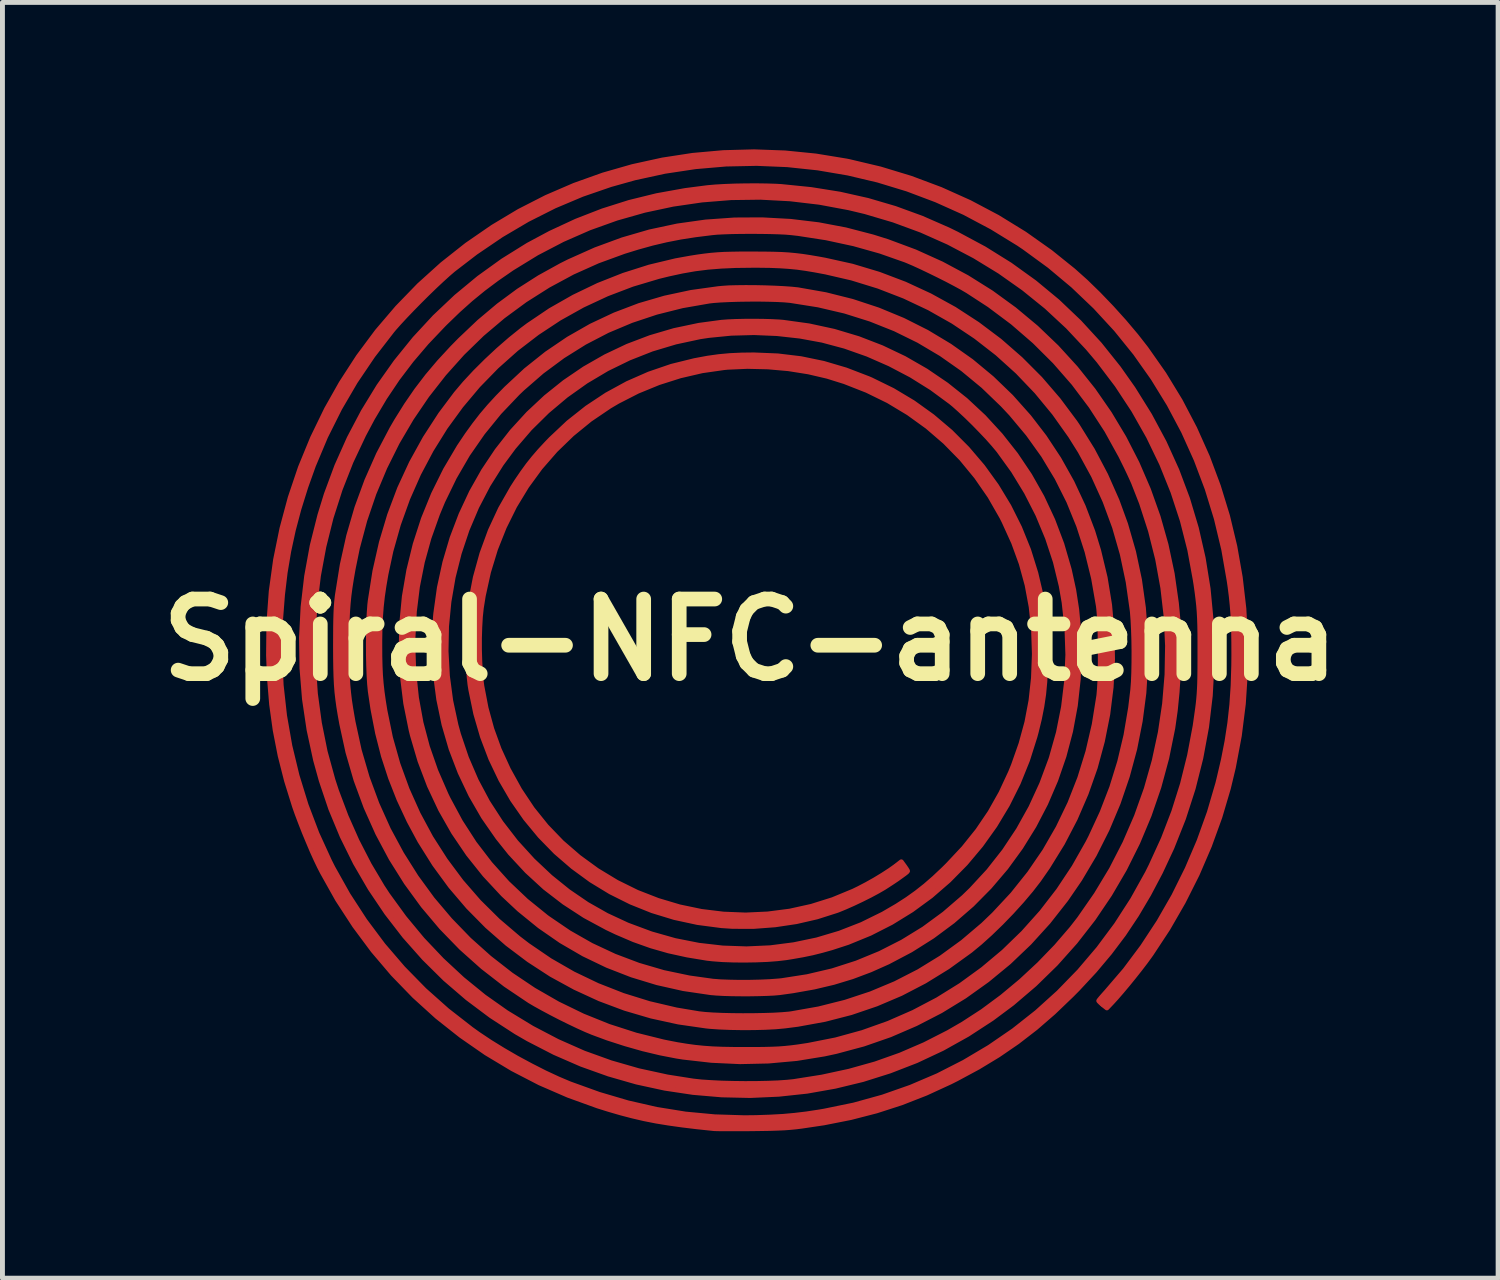
<source format=kicad_pcb>
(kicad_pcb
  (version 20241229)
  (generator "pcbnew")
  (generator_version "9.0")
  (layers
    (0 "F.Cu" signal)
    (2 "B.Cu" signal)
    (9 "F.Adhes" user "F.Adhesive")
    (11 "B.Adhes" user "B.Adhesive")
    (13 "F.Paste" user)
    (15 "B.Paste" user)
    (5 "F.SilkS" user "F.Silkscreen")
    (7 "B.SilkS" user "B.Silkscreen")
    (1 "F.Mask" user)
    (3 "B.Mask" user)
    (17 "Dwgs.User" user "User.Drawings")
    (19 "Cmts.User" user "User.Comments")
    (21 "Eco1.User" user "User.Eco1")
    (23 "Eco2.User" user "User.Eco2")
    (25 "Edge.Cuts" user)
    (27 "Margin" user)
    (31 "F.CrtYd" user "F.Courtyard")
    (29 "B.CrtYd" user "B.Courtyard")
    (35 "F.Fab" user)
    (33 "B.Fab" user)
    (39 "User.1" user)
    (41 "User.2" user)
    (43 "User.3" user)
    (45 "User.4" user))
  (footprint "Spiral-NFC-antenna"
    (layer "F.Cu")
    (at 12.272 10.018)
    (property "Reference" "Spiral-NFC-antenna" (at 0 0 0) (layer "F.SilkS") (effects (font (size 1.524 1.524) (thickness 0.3))))
    (attr through_hole)
    (fp_poly (pts (xy 10.115 0.006) (xy 10.111 0.655) (xy 10.069 1.306) (xy 9.987 1.957) (xy 9.865 2.606) (xy 9.763 3.031) (xy 9.589 3.619) (xy 9.376 4.206) (xy 9.127 4.785) (xy 8.843 5.35) (xy 8.529 5.895) (xy 8.186 6.416) (xy 8.158 6.455) (xy 8.064 6.584) (xy 7.952 6.73) (xy 7.83 6.884) (xy 7.704 7.039) (xy 7.582 7.184) (xy 7.471 7.312) (xy 7.39 7.401) (xy 7.282 7.515) (xy 7.199 7.449) (xy 7.152 7.408) (xy 7.122 7.378) (xy 7.116 7.37) (xy 7.13 7.35) (xy 7.166 7.307) (xy 7.219 7.246) (xy 7.27 7.189) (xy 7.653 6.743) (xy 8.011 6.264) (xy 8.344 5.757) (xy 8.649 5.226) (xy 8.923 4.673) (xy 9.166 4.104) (xy 9.375 3.522) (xy 9.548 2.93) (xy 9.569 2.844) (xy 9.662 2.447) (xy 9.736 2.068) (xy 9.793 1.696) (xy 9.834 1.322) (xy 9.86 0.934) (xy 9.873 0.521) (xy 9.875 0.304) (xy 9.874 0.054) (xy 9.871 -0.163) (xy 9.865 -0.357) (xy 9.855 -0.536) (xy 9.841 -0.71) (xy 9.823 -0.887) (xy 9.799 -1.077) (xy 9.78 -1.207) (xy 9.668 -1.849) (xy 9.518 -2.476) (xy 9.33 -3.087) (xy 9.106 -3.681) (xy 8.847 -4.256) (xy 8.552 -4.812) (xy 8.224 -5.345) (xy 7.863 -5.856) (xy 7.47 -6.342) (xy 7.046 -6.802) (xy 6.592 -7.235) (xy 6.108 -7.64) (xy 5.596 -8.014) (xy 5.479 -8.093) (xy 4.934 -8.428) (xy 4.373 -8.726) (xy 3.796 -8.985) (xy 3.207 -9.207) (xy 2.606 -9.39) (xy 1.997 -9.534) (xy 1.38 -9.639) (xy 0.757 -9.705) (xy 0.132 -9.731) (xy -0.495 -9.718) (xy -1.121 -9.664) (xy -1.745 -9.57) (xy -2.365 -9.435) (xy -2.854 -9.298) (xy -3.434 -9.098) (xy -3.998 -8.86) (xy -4.548 -8.583) (xy -5.084 -8.267) (xy -5.607 -7.912) (xy -6.064 -7.561) (xy -6.169 -7.471) (xy -6.296 -7.356) (xy -6.439 -7.222) (xy -6.591 -7.075) (xy -6.746 -6.921) (xy -6.898 -6.766) (xy -7.041 -6.617) (xy -7.168 -6.48) (xy -7.274 -6.361) (xy -7.309 -6.319) (xy -7.705 -5.807) (xy -8.064 -5.276) (xy -8.386 -4.725) (xy -8.672 -4.153) (xy -8.921 -3.561) (xy -9.078 -3.122) (xy -9.218 -2.674) (xy -9.333 -2.24) (xy -9.426 -1.81) (xy -9.499 -1.374) (xy -9.553 -0.921) (xy -9.59 -0.442) (xy -9.597 -0.32) (xy -9.609 0.301) (xy -9.58 0.924) (xy -9.511 1.546) (xy -9.403 2.163) (xy -9.256 2.772) (xy -9.072 3.369) (xy -8.851 3.951) (xy -8.593 4.515) (xy -8.525 4.65) (xy -8.215 5.203) (xy -7.872 5.731) (xy -7.498 6.232) (xy -7.092 6.705) (xy -6.656 7.15) (xy -6.19 7.565) (xy -5.696 7.95) (xy -5.552 8.053) (xy -5.312 8.213) (xy -5.046 8.377) (xy -4.765 8.54) (xy -4.477 8.695) (xy -4.194 8.839) (xy -3.923 8.965) (xy -3.684 9.066) (xy -3.09 9.28) (xy -2.5 9.454) (xy -1.913 9.588) (xy -1.323 9.683) (xy -0.727 9.739) (xy -0.121 9.758) (xy 0.124 9.755) (xy 0.408 9.745) (xy 0.665 9.731) (xy 0.907 9.709) (xy 1.15 9.68) (xy 1.406 9.641) (xy 1.511 9.623) (xy 2.114 9.499) (xy 2.702 9.336) (xy 3.275 9.135) (xy 3.83 8.898) (xy 4.367 8.624) (xy 4.884 8.317) (xy 5.379 7.977) (xy 5.851 7.604) (xy 6.298 7.2) (xy 6.719 6.767) (xy 7.112 6.305) (xy 7.476 5.816) (xy 7.809 5.3) (xy 8.11 4.759) (xy 8.185 4.608) (xy 8.435 4.061) (xy 8.648 3.507) (xy 8.826 2.942) (xy 8.971 2.359) (xy 9.085 1.755) (xy 9.135 1.402) (xy 9.148 1.298) (xy 9.158 1.2) (xy 9.166 1.103) (xy 9.172 1) (xy 9.177 0.884) (xy 9.18 0.75) (xy 9.182 0.59) (xy 9.183 0.398) (xy 9.183 0.273) (xy 9.183 0.05) (xy 9.182 -0.139) (xy 9.179 -0.301) (xy 9.174 -0.443) (xy 9.167 -0.573) (xy 9.157 -0.698) (xy 9.143 -0.825) (xy 9.126 -0.963) (xy 9.104 -1.119) (xy 9.087 -1.228) (xy 8.975 -1.838) (xy 8.823 -2.437) (xy 8.631 -3.023) (xy 8.401 -3.595) (xy 8.133 -4.151) (xy 7.829 -4.688) (xy 7.489 -5.205) (xy 7.114 -5.7) (xy 6.892 -5.963) (xy 6.486 -6.396) (xy 6.049 -6.802) (xy 5.584 -7.178) (xy 5.094 -7.524) (xy 4.58 -7.838) (xy 4.046 -8.119) (xy 3.494 -8.365) (xy 2.926 -8.574) (xy 2.345 -8.746) (xy 2.015 -8.825) (xy 1.414 -8.937) (xy 0.812 -9.008) (xy 0.209 -9.04) (xy -0.392 -9.032) (xy -0.989 -8.984) (xy -1.579 -8.898) (xy -2.16 -8.774) (xy -2.731 -8.612) (xy -3.289 -8.412) (xy -3.832 -8.174) (xy -4.358 -7.9) (xy -4.864 -7.59) (xy -4.883 -7.577) (xy -5.178 -7.373) (xy -5.449 -7.17) (xy -5.707 -6.959) (xy -5.962 -6.731) (xy -6.226 -6.476) (xy -6.266 -6.436) (xy -6.61 -6.074) (xy -6.92 -5.71) (xy -7.204 -5.336) (xy -7.467 -4.944) (xy -7.715 -4.526) (xy -7.895 -4.188) (xy -8.154 -3.639) (xy -8.376 -3.074) (xy -8.561 -2.496) (xy -8.708 -1.907) (xy -8.819 -1.31) (xy -8.891 -0.709) (xy -8.926 -0.105) (xy -8.922 0.499) (xy -8.881 1.1) (xy -8.8 1.695) (xy -8.682 2.281) (xy -8.524 2.856) (xy -8.451 3.08) (xy -8.256 3.598) (xy -8.032 4.103) (xy -7.783 4.587) (xy -7.513 5.042) (xy -7.405 5.206) (xy -7.067 5.671) (xy -6.698 6.116) (xy -6.3 6.536) (xy -5.879 6.927) (xy -5.438 7.286) (xy -4.98 7.609) (xy -4.975 7.612) (xy -4.459 7.926) (xy -3.935 8.2) (xy -3.399 8.437) (xy -2.849 8.635) (xy -2.282 8.798) (xy -1.693 8.926) (xy -1.165 9.009) (xy -1.001 9.027) (xy -0.805 9.04) (xy -0.585 9.051) (xy -0.351 9.057) (xy -0.11 9.06) (xy 0.129 9.059) (xy 0.358 9.054) (xy 0.569 9.046) (xy 0.754 9.033) (xy 0.882 9.02) (xy 1.465 8.928) (xy 2.02 8.808) (xy 2.552 8.659) (xy 3.063 8.478) (xy 3.559 8.264) (xy 4.044 8.017) (xy 4.345 7.843) (xy 4.744 7.584) (xy 5.141 7.29) (xy 5.529 6.967) (xy 5.9 6.622) (xy 6.248 6.262) (xy 6.565 5.894) (xy 6.719 5.696) (xy 7.065 5.198) (xy 7.376 4.682) (xy 7.65 4.148) (xy 7.887 3.6) (xy 8.087 3.039) (xy 8.249 2.468) (xy 8.374 1.888) (xy 8.461 1.302) (xy 8.51 0.712) (xy 8.521 0.12) (xy 8.493 -0.472) (xy 8.425 -1.063) (xy 8.319 -1.648) (xy 8.173 -2.228) (xy 7.988 -2.799) (xy 7.826 -3.212) (xy 7.787 -3.299) (xy 7.735 -3.412) (xy 7.674 -3.54) (xy 7.609 -3.671) (xy 7.565 -3.76) (xy 7.278 -4.279) (xy 6.957 -4.773) (xy 6.604 -5.242) (xy 6.219 -5.683) (xy 5.803 -6.097) (xy 5.357 -6.483) (xy 4.881 -6.839) (xy 4.44 -7.126) (xy 4.326 -7.193) (xy 4.182 -7.271) (xy 4.019 -7.357) (xy 3.844 -7.445) (xy 3.666 -7.532) (xy 3.495 -7.614) (xy 3.34 -7.685) (xy 3.209 -7.741) (xy 3.17 -7.757) (xy 2.655 -7.938) (xy 2.114 -8.09) (xy 1.554 -8.211) (xy 0.98 -8.3) (xy 0.84 -8.316) (xy 0.724 -8.326) (xy 0.575 -8.333) (xy 0.401 -8.338) (xy 0.212 -8.341) (xy 0.014 -8.342) (xy -0.182 -8.341) (xy -0.369 -8.338) (xy -0.539 -8.332) (xy -0.682 -8.325) (xy -0.777 -8.316) (xy -1.115 -8.274) (xy -1.424 -8.226) (xy -1.716 -8.169) (xy -2.004 -8.101) (xy -2.299 -8.019) (xy -2.578 -7.933) (xy -3.112 -7.738) (xy -3.628 -7.507) (xy -4.123 -7.24) (xy -4.597 -6.94) (xy -5.049 -6.608) (xy -5.477 -6.246) (xy -5.879 -5.855) (xy -6.254 -5.436) (xy -6.602 -4.992) (xy -6.92 -4.524) (xy -7.208 -4.034) (xy -7.463 -3.522) (xy -7.685 -2.992) (xy -7.872 -2.443) (xy -8.023 -1.879) (xy -8.111 -1.448) (xy -8.146 -1.247) (xy -8.174 -1.068) (xy -8.196 -0.903) (xy -8.212 -0.742) (xy -8.224 -0.578) (xy -8.232 -0.402) (xy -8.236 -0.205) (xy -8.238 0.022) (xy -8.238 0.126) (xy -8.237 0.366) (xy -8.234 0.573) (xy -8.228 0.755) (xy -8.218 0.921) (xy -8.203 1.08) (xy -8.184 1.239) (xy -8.158 1.408) (xy -8.126 1.595) (xy -8.111 1.679) (xy -7.986 2.254) (xy -7.823 2.811) (xy -7.624 3.349) (xy -7.39 3.869) (xy -7.122 4.366) (xy -6.822 4.842) (xy -6.492 5.294) (xy -6.131 5.72) (xy -5.743 6.121) (xy -5.327 6.493) (xy -4.886 6.837) (xy -4.421 7.149) (xy -3.932 7.43) (xy -3.422 7.678) (xy -2.891 7.892) (xy -2.341 8.069) (xy -1.774 8.21) (xy -1.69 8.227) (xy -1.489 8.266) (xy -1.305 8.296) (xy -1.13 8.32) (xy -0.954 8.338) (xy -0.77 8.351) (xy -0.568 8.359) (xy -0.339 8.363) (xy -0.126 8.364) (xy 0.094 8.364) (xy 0.279 8.362) (xy 0.438 8.358) (xy 0.579 8.352) (xy 0.709 8.342) (xy 0.836 8.329) (xy 0.969 8.312) (xy 1.115 8.29) (xy 1.186 8.279) (xy 1.746 8.168) (xy 2.291 8.018) (xy 2.82 7.83) (xy 3.332 7.606) (xy 3.825 7.347) (xy 4.298 7.053) (xy 4.748 6.726) (xy 5.175 6.368) (xy 5.576 5.979) (xy 5.95 5.561) (xy 6.295 5.114) (xy 6.61 4.64) (xy 6.893 4.141) (xy 6.95 4.03) (xy 7.184 3.524) (xy 7.382 3.011) (xy 7.544 2.487) (xy 7.672 1.947) (xy 7.767 1.386) (xy 7.811 1.018) (xy 7.823 0.861) (xy 7.831 0.673) (xy 7.835 0.462) (xy 7.836 0.24) (xy 7.833 0.015) (xy 7.826 -0.202) (xy 7.816 -0.401) (xy 7.803 -0.572) (xy 7.8 -0.598) (xy 7.717 -1.184) (xy 7.597 -1.752) (xy 7.439 -2.302) (xy 7.243 -2.834) (xy 7.009 -3.35) (xy 6.736 -3.851) (xy 6.538 -4.167) (xy 6.207 -4.633) (xy 5.847 -5.07) (xy 5.459 -5.476) (xy 5.044 -5.851) (xy 4.604 -6.193) (xy 4.14 -6.503) (xy 3.654 -6.778) (xy 3.146 -7.018) (xy 2.619 -7.222) (xy 2.074 -7.39) (xy 1.543 -7.513) (xy 1.33 -7.553) (xy 1.139 -7.585) (xy 0.961 -7.61) (xy 0.786 -7.627) (xy 0.605 -7.639) (xy 0.406 -7.647) (xy 0.181 -7.65) (xy 0.031 -7.65) (xy -0.295 -7.646) (xy -0.591 -7.633) (xy -0.866 -7.611) (xy -1.129 -7.578) (xy -1.392 -7.532) (xy -1.665 -7.473) (xy -1.873 -7.422) (xy -2.409 -7.262) (xy -2.926 -7.065) (xy -3.422 -6.834) (xy -3.898 -6.568) (xy -4.35 -6.27) (xy -4.779 -5.941) (xy -5.182 -5.582) (xy -5.559 -5.195) (xy -5.907 -4.781) (xy -6.227 -4.342) (xy -6.515 -3.879) (xy -6.772 -3.394) (xy -6.996 -2.887) (xy -7.185 -2.361) (xy -7.339 -1.816) (xy -7.44 -1.343) (xy -7.481 -1.104) (xy -7.513 -0.885) (xy -7.536 -0.676) (xy -7.552 -0.465) (xy -7.562 -0.24) (xy -7.566 0.011) (xy -7.566 0.105) (xy -7.565 0.337) (xy -7.56 0.537) (xy -7.552 0.718) (xy -7.538 0.889) (xy -7.519 1.061) (xy -7.493 1.245) (xy -7.461 1.445) (xy -7.348 1.995) (xy -7.197 2.531) (xy -7.008 3.051) (xy -6.783 3.553) (xy -6.523 4.036) (xy -6.228 4.497) (xy -5.901 4.936) (xy -5.542 5.349) (xy -5.152 5.735) (xy -4.732 6.093) (xy -4.545 6.236) (xy -4.092 6.545) (xy -3.616 6.819) (xy -3.119 7.057) (xy -2.601 7.26) (xy -2.064 7.427) (xy -1.509 7.557) (xy -1.05 7.634) (xy -0.922 7.648) (xy -0.76 7.659) (xy -0.573 7.667) (xy -0.368 7.672) (xy -0.153 7.674) (xy 0.064 7.673) (xy 0.274 7.669) (xy 0.47 7.663) (xy 0.644 7.653) (xy 0.788 7.641) (xy 0.84 7.634) (xy 1.4 7.535) (xy 1.94 7.399) (xy 2.461 7.227) (xy 2.961 7.018) (xy 3.441 6.772) (xy 3.9 6.49) (xy 4.337 6.172) (xy 4.753 5.819) (xy 4.976 5.605) (xy 5.357 5.196) (xy 5.702 4.764) (xy 6.013 4.31) (xy 6.287 3.834) (xy 6.526 3.337) (xy 6.729 2.819) (xy 6.895 2.282) (xy 7.024 1.726) (xy 7.116 1.152) (xy 7.12 1.123) (xy 7.13 1.004) (xy 7.139 0.851) (xy 7.144 0.674) (xy 7.148 0.478) (xy 7.148 0.273) (xy 7.147 0.066) (xy 7.143 -0.135) (xy 7.136 -0.322) (xy 7.128 -0.489) (xy 7.117 -0.625) (xy 7.109 -0.693) (xy 7.01 -1.261) (xy 6.876 -1.806) (xy 6.707 -2.329) (xy 6.503 -2.83) (xy 6.263 -3.308) (xy 5.987 -3.766) (xy 5.675 -4.202) (xy 5.327 -4.618) (xy 5.153 -4.804) (xy 4.757 -5.185) (xy 4.338 -5.531) (xy 3.898 -5.84) (xy 3.438 -6.113) (xy 2.956 -6.35) (xy 2.454 -6.55) (xy 1.933 -6.714) (xy 1.391 -6.841) (xy 0.83 -6.93) (xy 0.819 -6.932) (xy 0.696 -6.943) (xy 0.541 -6.951) (xy 0.361 -6.956) (xy 0.165 -6.959) (xy -0.038 -6.958) (xy -0.24 -6.955) (xy -0.432 -6.949) (xy -0.606 -6.941) (xy -0.753 -6.93) (xy -0.84 -6.92) (xy -1.39 -6.824) (xy -1.919 -6.691) (xy -2.427 -6.522) (xy -2.915 -6.317) (xy -3.381 -6.075) (xy -3.827 -5.796) (xy -4.253 -5.481) (xy -4.657 -5.13) (xy -4.751 -5.04) (xy -5.125 -4.647) (xy -5.465 -4.229) (xy -5.771 -3.788) (xy -6.042 -3.321) (xy -6.28 -2.831) (xy -6.388 -2.571) (xy -6.562 -2.081) (xy -6.698 -1.589) (xy -6.797 -1.091) (xy -6.86 -0.58) (xy -6.888 -0.052) (xy -6.89 0.126) (xy -6.872 0.663) (xy -6.817 1.183) (xy -6.725 1.688) (xy -6.594 2.183) (xy -6.424 2.671) (xy -6.213 3.156) (xy -6.171 3.243) (xy -5.919 3.711) (xy -5.633 4.154) (xy -5.313 4.571) (xy -4.961 4.963) (xy -4.577 5.327) (xy -4.162 5.663) (xy -4.133 5.684) (xy -3.701 5.978) (xy -3.248 6.236) (xy -2.773 6.458) (xy -2.28 6.644) (xy -1.771 6.793) (xy -1.246 6.903) (xy -0.766 6.97) (xy -0.611 6.982) (xy -0.425 6.989) (xy -0.219 6.993) (xy -0.005 6.992) (xy 0.207 6.987) (xy 0.405 6.978) (xy 0.578 6.965) (xy 0.64 6.959) (xy 1.166 6.877) (xy 1.677 6.757) (xy 2.171 6.598) (xy 2.648 6.402) (xy 3.106 6.169) (xy 3.544 5.9) (xy 3.961 5.594) (xy 4.356 5.254) (xy 4.514 5.101) (xy 4.866 4.72) (xy 5.187 4.312) (xy 5.476 3.877) (xy 5.731 3.419) (xy 5.952 2.938) (xy 6.138 2.437) (xy 6.148 2.407) (xy 6.293 1.892) (xy 6.397 1.368) (xy 6.461 0.837) (xy 6.485 0.303) (xy 6.467 -0.232) (xy 6.409 -0.764) (xy 6.35 -1.103) (xy 6.23 -1.596) (xy 6.07 -2.081) (xy 5.873 -2.555) (xy 5.639 -3.014) (xy 5.372 -3.452) (xy 5.073 -3.866) (xy 5.056 -3.887) (xy 4.961 -4) (xy 4.843 -4.133) (xy 4.708 -4.275) (xy 4.565 -4.422) (xy 4.421 -4.563) (xy 4.283 -4.692) (xy 4.16 -4.802) (xy 4.093 -4.857) (xy 3.703 -5.144) (xy 3.285 -5.405) (xy 2.847 -5.635) (xy 2.394 -5.834) (xy 1.932 -5.997) (xy 1.469 -6.121) (xy 1.016 -6.204) (xy 0.548 -6.256) (xy 0.076 -6.276) (xy -0.393 -6.263) (xy -0.848 -6.218) (xy -1.027 -6.191) (xy -1.525 -6.084) (xy -2.009 -5.939) (xy -2.476 -5.755) (xy -2.925 -5.536) (xy -3.354 -5.281) (xy -3.761 -4.992) (xy -4.144 -4.67) (xy -4.502 -4.317) (xy -4.832 -3.933) (xy -5.085 -3.59) (xy -5.354 -3.162) (xy -5.587 -2.715) (xy -5.784 -2.25) (xy -5.944 -1.771) (xy -6.068 -1.28) (xy -6.154 -0.781) (xy -6.203 -0.276) (xy -6.213 0.231) (xy -6.185 0.737) (xy -6.118 1.241) (xy -6.011 1.738) (xy -5.959 1.927) (xy -5.797 2.407) (xy -5.598 2.869) (xy -5.363 3.31) (xy -5.091 3.73) (xy -4.784 4.128) (xy -4.442 4.503) (xy -4.44 4.505) (xy -4.083 4.841) (xy -3.716 5.137) (xy -3.334 5.398) (xy -2.933 5.625) (xy -2.507 5.823) (xy -2.052 5.992) (xy -2.018 6.004) (xy -1.538 6.14) (xy -1.053 6.236) (xy -0.565 6.292) (xy -0.077 6.309) (xy 0.409 6.287) (xy 0.889 6.225) (xy 1.362 6.126) (xy 1.825 5.988) (xy 2.276 5.812) (xy 2.711 5.598) (xy 2.996 5.432) (xy 3.205 5.297) (xy 3.394 5.162) (xy 3.574 5.02) (xy 3.755 4.863) (xy 3.946 4.683) (xy 4.032 4.598) (xy 4.357 4.251) (xy 4.644 3.893) (xy 4.897 3.52) (xy 5.119 3.126) (xy 5.315 2.705) (xy 5.374 2.56) (xy 5.529 2.12) (xy 5.649 1.681) (xy 5.733 1.237) (xy 5.783 0.779) (xy 5.801 0.301) (xy 5.801 0.273) (xy 5.785 -0.213) (xy 5.736 -0.676) (xy 5.653 -1.122) (xy 5.534 -1.557) (xy 5.378 -1.986) (xy 5.184 -2.413) (xy 5.136 -2.509) (xy 4.893 -2.933) (xy 4.618 -3.33) (xy 4.313 -3.701) (xy 3.979 -4.042) (xy 3.617 -4.354) (xy 3.229 -4.634) (xy 2.817 -4.882) (xy 2.382 -5.095) (xy 1.926 -5.274) (xy 1.574 -5.384) (xy 1.188 -5.474) (xy 0.78 -5.539) (xy 0.361 -5.576) (xy -0.058 -5.586) (xy -0.466 -5.568) (xy -0.537 -5.561) (xy -0.984 -5.497) (xy -1.432 -5.393) (xy -1.872 -5.253) (xy -2.299 -5.078) (xy -2.706 -4.87) (xy -2.874 -4.771) (xy -3.271 -4.502) (xy -3.639 -4.202) (xy -3.978 -3.874) (xy -4.288 -3.518) (xy -4.566 -3.137) (xy -4.812 -2.732) (xy -5.024 -2.304) (xy -5.203 -1.855) (xy -5.346 -1.387) (xy -5.453 -0.901) (xy -5.493 -0.651) (xy -5.512 -0.472) (xy -5.524 -0.263) (xy -5.531 -0.035) (xy -5.531 0.202) (xy -5.524 0.435) (xy -5.512 0.656) (xy -5.494 0.851) (xy -5.482 0.942) (xy -5.396 1.391) (xy -5.279 1.818) (xy -5.129 2.232) (xy -4.941 2.643) (xy -4.94 2.645) (xy -4.709 3.063) (xy -4.451 3.45) (xy -4.164 3.807) (xy -3.848 4.135) (xy -3.5 4.436) (xy -3.128 4.707) (xy -2.728 4.949) (xy -2.313 5.154) (xy -1.884 5.321) (xy -1.445 5.452) (xy -0.999 5.545) (xy -0.548 5.6) (xy -0.095 5.618) (xy 0.357 5.597) (xy 0.806 5.539) (xy 1.249 5.441) (xy 1.682 5.305) (xy 2.103 5.131) (xy 2.21 5.079) (xy 2.373 4.994) (xy 2.542 4.899) (xy 2.707 4.799) (xy 2.856 4.702) (xy 2.981 4.613) (xy 3.006 4.593) (xy 3.084 4.532) (xy 3.148 4.62) (xy 3.184 4.672) (xy 3.207 4.71) (xy 3.211 4.721) (xy 3.195 4.74) (xy 3.149 4.776) (xy 3.08 4.826) (xy 2.996 4.886) (xy 2.902 4.949) (xy 2.804 5.013) (xy 2.729 5.061) (xy 2.603 5.134) (xy 2.45 5.216) (xy 2.28 5.301) (xy 2.107 5.383) (xy 1.94 5.457) (xy 1.794 5.517) (xy 1.763 5.528) (xy 1.362 5.656) (xy 0.941 5.753) (xy 0.506 5.818) (xy 0.069 5.851) (xy -0.363 5.85) (xy -0.588 5.835) (xy -1.075 5.771) (xy -1.548 5.669) (xy -2.003 5.53) (xy -2.439 5.355) (xy -2.856 5.147) (xy -3.252 4.906) (xy -3.624 4.634) (xy -3.973 4.333) (xy -4.295 4.003) (xy -4.59 3.646) (xy -4.857 3.263) (xy -5.093 2.857) (xy -5.298 2.428) (xy -5.469 1.978) (xy -5.606 1.507) (xy -5.707 1.019) (xy -5.724 0.913) (xy -5.741 0.758) (xy -5.754 0.572) (xy -5.761 0.362) (xy -5.764 0.141) (xy -5.761 -0.085) (xy -5.754 -0.303) (xy -5.742 -0.506) (xy -5.725 -0.682) (xy -5.714 -0.766) (xy -5.615 -1.276) (xy -5.48 -1.764) (xy -5.309 -2.232) (xy -5.101 -2.68) (xy -4.857 -3.108) (xy -4.774 -3.237) (xy -4.652 -3.416) (xy -4.538 -3.573) (xy -4.423 -3.717) (xy -4.299 -3.861) (xy -4.156 -4.015) (xy -4.073 -4.101) (xy -3.716 -4.437) (xy -3.336 -4.738) (xy -2.933 -5.005) (xy -2.51 -5.236) (xy -2.068 -5.43) (xy -1.609 -5.587) (xy -1.135 -5.704) (xy -1.118 -5.707) (xy -0.871 -5.753) (xy -0.642 -5.785) (xy -0.415 -5.806) (xy -0.175 -5.817) (xy 0.073 -5.82) (xy 0.561 -5.8) (xy 1.034 -5.743) (xy 1.497 -5.647) (xy 1.954 -5.512) (xy 2.412 -5.336) (xy 2.468 -5.312) (xy 2.909 -5.096) (xy 3.327 -4.846) (xy 3.721 -4.563) (xy 4.09 -4.25) (xy 4.432 -3.907) (xy 4.746 -3.539) (xy 5.03 -3.145) (xy 5.282 -2.729) (xy 5.5 -2.293) (xy 5.684 -1.837) (xy 5.831 -1.365) (xy 5.918 -0.997) (xy 5.955 -0.801) (xy 5.984 -0.621) (xy 6.005 -0.448) (xy 6.02 -0.271) (xy 6.029 -0.078) (xy 6.033 0.139) (xy 6.033 0.273) (xy 6.029 0.578) (xy 6.015 0.853) (xy 5.991 1.109) (xy 5.954 1.359) (xy 5.904 1.613) (xy 5.838 1.884) (xy 5.814 1.973) (xy 5.661 2.457) (xy 5.473 2.922) (xy 5.251 3.367) (xy 4.996 3.791) (xy 4.711 4.19) (xy 4.397 4.564) (xy 4.055 4.911) (xy 3.688 5.229) (xy 3.296 5.516) (xy 2.882 5.771) (xy 2.448 5.992) (xy 1.994 6.178) (xy 1.663 6.286) (xy 1.46 6.343) (xy 1.268 6.391) (xy 1.07 6.432) (xy 0.853 6.47) (xy 0.735 6.489) (xy 0.558 6.51) (xy 0.351 6.526) (xy 0.124 6.535) (xy -0.112 6.539) (xy -0.345 6.537) (xy -0.567 6.529) (xy -0.765 6.514) (xy -0.882 6.501) (xy -1.288 6.434) (xy -1.666 6.351) (xy -2.026 6.248) (xy -2.38 6.122) (xy -2.737 5.969) (xy -2.928 5.878) (xy -3.38 5.634) (xy -3.801 5.36) (xy -4.195 5.057) (xy -4.561 4.721) (xy -4.903 4.353) (xy -5.155 4.038) (xy -5.449 3.615) (xy -5.706 3.17) (xy -5.926 2.706) (xy -6.11 2.225) (xy -6.255 1.727) (xy -6.362 1.214) (xy -6.424 0.745) (xy -6.434 0.608) (xy -6.441 0.441) (xy -6.445 0.254) (xy -6.446 0.06) (xy -6.444 -0.132) (xy -6.438 -0.31) (xy -6.43 -0.463) (xy -6.423 -0.537) (xy -6.349 -1.069) (xy -6.237 -1.584) (xy -6.09 -2.081) (xy -5.908 -2.56) (xy -5.694 -3.018) (xy -5.448 -3.454) (xy -5.172 -3.867) (xy -4.867 -4.256) (xy -4.535 -4.619) (xy -4.176 -4.955) (xy -3.793 -5.262) (xy -3.386 -5.539) (xy -2.957 -5.784) (xy -2.508 -5.997) (xy -2.039 -6.175) (xy -1.552 -6.318) (xy -1.049 -6.424) (xy -0.588 -6.486) (xy -0.458 -6.496) (xy -0.296 -6.503) (xy -0.115 -6.507) (xy 0.075 -6.508) (xy 0.263 -6.506) (xy 0.439 -6.501) (xy 0.591 -6.493) (xy 0.672 -6.486) (xy 1.198 -6.413) (xy 1.71 -6.302) (xy 2.207 -6.153) (xy 2.686 -5.968) (xy 3.146 -5.749) (xy 3.586 -5.496) (xy 4.004 -5.212) (xy 4.398 -4.898) (xy 4.767 -4.554) (xy 5.109 -4.182) (xy 5.422 -3.785) (xy 5.706 -3.362) (xy 5.958 -2.916) (xy 6.177 -2.447) (xy 6.362 -1.958) (xy 6.51 -1.449) (xy 6.517 -1.422) (xy 6.605 -1.018) (xy 6.666 -0.622) (xy 6.703 -0.222) (xy 6.717 0.199) (xy 6.717 0.262) (xy 6.697 0.807) (xy 6.638 1.341) (xy 6.541 1.864) (xy 6.407 2.372) (xy 6.237 2.865) (xy 6.032 3.342) (xy 5.794 3.799) (xy 5.523 4.236) (xy 5.221 4.651) (xy 4.888 5.042) (xy 4.527 5.407) (xy 4.137 5.745) (xy 3.721 6.054) (xy 3.279 6.333) (xy 2.812 6.579) (xy 2.453 6.739) (xy 2.083 6.878) (xy 1.701 6.994) (xy 1.3 7.089) (xy 0.871 7.165) (xy 0.598 7.203) (xy 0.488 7.213) (xy 0.344 7.22) (xy 0.177 7.225) (xy -0.004 7.228) (xy -0.191 7.228) (xy -0.374 7.226) (xy -0.544 7.221) (xy -0.692 7.213) (xy -0.808 7.203) (xy -1.364 7.121) (xy -1.902 7) (xy -2.421 6.842) (xy -2.922 6.647) (xy -3.403 6.416) (xy -3.864 6.148) (xy -4.303 5.844) (xy -4.721 5.504) (xy -5.05 5.196) (xy -5.422 4.796) (xy -5.759 4.374) (xy -6.06 3.93) (xy -6.325 3.464) (xy -6.553 2.978) (xy -6.746 2.47) (xy -6.901 1.943) (xy -6.927 1.837) (xy -7.036 1.296) (xy -7.103 0.751) (xy -7.13 0.203) (xy -7.117 -0.343) (xy -7.065 -0.887) (xy -6.973 -1.424) (xy -6.843 -1.954) (xy -6.675 -2.474) (xy -6.469 -2.98) (xy -6.226 -3.471) (xy -5.946 -3.945) (xy -5.783 -4.188) (xy -5.631 -4.398) (xy -5.483 -4.589) (xy -5.328 -4.771) (xy -5.158 -4.956) (xy -4.986 -5.132) (xy -4.583 -5.507) (xy -4.159 -5.845) (xy -3.715 -6.146) (xy -3.251 -6.411) (xy -2.768 -6.638) (xy -2.266 -6.829) (xy -1.745 -6.981) (xy -1.207 -7.096) (xy -0.652 -7.173) (xy -0.567 -7.181) (xy -0.438 -7.19) (xy -0.279 -7.194) (xy -0.097 -7.196) (xy 0.099 -7.195) (xy 0.299 -7.191) (xy 0.494 -7.184) (xy 0.676 -7.175) (xy 0.835 -7.164) (xy 0.962 -7.151) (xy 0.976 -7.149) (xy 1.538 -7.05) (xy 2.084 -6.913) (xy 2.611 -6.739) (xy 3.119 -6.529) (xy 3.606 -6.284) (xy 4.072 -6.004) (xy 4.515 -5.691) (xy 4.933 -5.344) (xy 5.326 -4.965) (xy 5.692 -4.554) (xy 6.006 -4.146) (xy 6.303 -3.696) (xy 6.569 -3.221) (xy 6.8 -2.726) (xy 6.994 -2.217) (xy 7.114 -1.825) (xy 7.247 -1.272) (xy 7.338 -0.714) (xy 7.388 -0.154) (xy 7.398 0.407) (xy 7.369 0.965) (xy 7.3 1.519) (xy 7.191 2.067) (xy 7.045 2.606) (xy 6.859 3.135) (xy 6.636 3.651) (xy 6.376 4.151) (xy 6.078 4.634) (xy 5.892 4.902) (xy 5.731 5.11) (xy 5.544 5.331) (xy 5.338 5.558) (xy 5.122 5.781) (xy 4.904 5.992) (xy 4.691 6.184) (xy 4.492 6.348) (xy 4.492 6.348) (xy 4.033 6.679) (xy 3.561 6.97) (xy 3.076 7.222) (xy 2.575 7.435) (xy 2.058 7.611) (xy 1.523 7.749) (xy 0.968 7.85) (xy 0.703 7.884) (xy 0.521 7.901) (xy 0.308 7.912) (xy 0.075 7.918) (xy -0.166 7.919) (xy -0.405 7.915) (xy -0.631 7.906) (xy -0.832 7.892) (xy -0.899 7.885) (xy -1.466 7.803) (xy -2.02 7.682) (xy -2.558 7.524) (xy -3.079 7.329) (xy -3.581 7.098) (xy -4.064 6.834) (xy -4.524 6.535) (xy -4.962 6.205) (xy -5.375 5.843) (xy -5.761 5.452) (xy -6.12 5.031) (xy -6.449 4.582) (xy -6.748 4.106) (xy -6.968 3.697) (xy -7.173 3.258) (xy -7.346 2.818) (xy -7.492 2.369) (xy -7.611 1.903) (xy -7.706 1.413) (xy -7.76 1.049) (xy -7.774 0.906) (xy -7.785 0.73) (xy -7.793 0.53) (xy -7.798 0.313) (xy -7.799 0.089) (xy -7.797 -0.134) (xy -7.792 -0.347) (xy -7.783 -0.542) (xy -7.771 -0.71) (xy -7.761 -0.801) (xy -7.666 -1.405) (xy -7.534 -1.988) (xy -7.366 -2.55) (xy -7.162 -3.093) (xy -6.92 -3.616) (xy -6.641 -4.121) (xy -6.325 -4.608) (xy -6.01 -5.028) (xy -5.83 -5.241) (xy -5.621 -5.466) (xy -5.391 -5.695) (xy -5.149 -5.921) (xy -4.903 -6.135) (xy -4.661 -6.33) (xy -4.534 -6.425) (xy -4.082 -6.73) (xy -3.604 -7.002) (xy -3.105 -7.242) (xy -2.589 -7.446) (xy -2.06 -7.614) (xy -1.522 -7.743) (xy -1.228 -7.796) (xy -1.071 -7.821) (xy -0.931 -7.84) (xy -0.8 -7.855) (xy -0.67 -7.866) (xy -0.533 -7.874) (xy -0.381 -7.878) (xy -0.205 -7.881) (xy 0.003 -7.881) (xy 0.063 -7.881) (xy 0.284 -7.88) (xy 0.471 -7.877) (xy 0.634 -7.872) (xy 0.781 -7.863) (xy 0.921 -7.85) (xy 1.063 -7.833) (xy 1.214 -7.81) (xy 1.384 -7.781) (xy 1.522 -7.756) (xy 2.081 -7.632) (xy 2.627 -7.468) (xy 3.157 -7.267) (xy 3.671 -7.029) (xy 4.167 -6.756) (xy 4.641 -6.448) (xy 5.093 -6.108) (xy 5.519 -5.736) (xy 5.92 -5.334) (xy 6.291 -4.903) (xy 6.633 -4.445) (xy 6.686 -4.366) (xy 6.989 -3.878) (xy 7.257 -3.37) (xy 7.489 -2.846) (xy 7.665 -2.362) (xy 7.827 -1.799) (xy 7.948 -1.229) (xy 8.029 -0.654) (xy 8.071 -0.075) (xy 8.074 0.504) (xy 8.038 1.083) (xy 7.963 1.657) (xy 7.851 2.225) (xy 7.7 2.784) (xy 7.513 3.332) (xy 7.288 3.867) (xy 7.027 4.386) (xy 6.73 4.887) (xy 6.447 5.3) (xy 6.087 5.758) (xy 5.699 6.185) (xy 5.283 6.582) (xy 4.841 6.946) (xy 4.376 7.278) (xy 3.889 7.576) (xy 3.381 7.838) (xy 2.855 8.065) (xy 2.311 8.254) (xy 1.752 8.404) (xy 1.511 8.456) (xy 0.947 8.548) (xy 0.372 8.6) (xy -0.209 8.613) (xy -0.792 8.586) (xy -1.373 8.52) (xy -1.501 8.5) (xy -1.836 8.435) (xy -2.192 8.35) (xy -2.555 8.247) (xy -2.914 8.131) (xy -3.222 8.017) (xy -3.357 7.961) (xy -3.518 7.888) (xy -3.696 7.803) (xy -3.883 7.711) (xy -4.067 7.616) (xy -4.241 7.523) (xy -4.394 7.438) (xy -4.506 7.372) (xy -5 7.04) (xy -5.466 6.678) (xy -5.903 6.288) (xy -6.309 5.87) (xy -6.683 5.426) (xy -7.025 4.957) (xy -7.334 4.465) (xy -7.608 3.951) (xy -7.847 3.417) (xy -8.051 2.863) (xy -8.217 2.291) (xy -8.343 1.714) (xy -8.376 1.53) (xy -8.403 1.366) (xy -8.424 1.213) (xy -8.441 1.065) (xy -8.453 0.913) (xy -8.461 0.75) (xy -8.466 0.569) (xy -8.469 0.36) (xy -8.47 0.118) (xy -8.47 0.115) (xy -8.469 -0.103) (xy -8.468 -0.285) (xy -8.465 -0.438) (xy -8.461 -0.567) (xy -8.455 -0.678) (xy -8.447 -0.779) (xy -8.437 -0.874) (xy -8.432 -0.913) (xy -8.333 -1.532) (xy -8.201 -2.126) (xy -8.034 -2.7) (xy -7.831 -3.254) (xy -7.593 -3.792) (xy -7.318 -4.315) (xy -7.226 -4.473) (xy -7.023 -4.798) (xy -6.815 -5.1) (xy -6.594 -5.389) (xy -6.354 -5.673) (xy -6.087 -5.962) (xy -5.931 -6.121) (xy -5.539 -6.493) (xy -5.142 -6.827) (xy -4.734 -7.128) (xy -4.308 -7.4) (xy -3.859 -7.648) (xy -3.705 -7.725) (xy -3.161 -7.968) (xy -2.612 -8.17) (xy -2.055 -8.332) (xy -1.488 -8.453) (xy -0.912 -8.534) (xy -0.322 -8.576) (xy 0.241 -8.579) (xy 0.824 -8.547) (xy 1.391 -8.479) (xy 1.946 -8.374) (xy 2.499 -8.23) (xy 2.802 -8.135) (xy 3.366 -7.925) (xy 3.908 -7.68) (xy 4.427 -7.402) (xy 4.923 -7.091) (xy 5.393 -6.749) (xy 5.838 -6.378) (xy 6.256 -5.978) (xy 6.645 -5.552) (xy 7.005 -5.101) (xy 7.335 -4.625) (xy 7.633 -4.128) (xy 7.899 -3.609) (xy 8.131 -3.071) (xy 8.329 -2.515) (xy 8.491 -1.942) (xy 8.616 -1.353) (xy 8.702 -0.751) (xy 8.735 -0.401) (xy 8.751 -0.061) (xy 8.753 0.306) (xy 8.741 0.687) (xy 8.716 1.069) (xy 8.679 1.441) (xy 8.63 1.788) (xy 8.627 1.806) (xy 8.504 2.413) (xy 8.344 3.005) (xy 8.146 3.581) (xy 7.912 4.14) (xy 7.643 4.68) (xy 7.34 5.198) (xy 7.004 5.695) (xy 6.636 6.167) (xy 6.237 6.614) (xy 5.808 7.033) (xy 5.351 7.423) (xy 4.935 7.733) (xy 4.439 8.056) (xy 3.925 8.343) (xy 3.395 8.592) (xy 2.851 8.803) (xy 2.296 8.978) (xy 1.731 9.115) (xy 1.159 9.216) (xy 0.581 9.278) (xy -0.001 9.304) (xy -0.584 9.291) (xy -1.167 9.241) (xy -1.747 9.154) (xy -2.322 9.029) (xy -2.89 8.866) (xy -3.45 8.666) (xy -3.999 8.427) (xy -4.535 8.151) (xy -4.786 8.006) (xy -5.294 7.676) (xy -5.777 7.314) (xy -6.233 6.922) (xy -6.66 6.5) (xy -7.059 6.05) (xy -7.426 5.575) (xy -7.762 5.076) (xy -8.065 4.555) (xy -8.333 4.013) (xy -8.566 3.452) (xy -8.761 2.873) (xy -8.877 2.455) (xy -9.011 1.835) (xy -9.104 1.21) (xy -9.155 0.583) (xy -9.165 -0.046) (xy -9.133 -0.674) (xy -9.06 -1.301) (xy -8.946 -1.926) (xy -8.79 -2.546) (xy -8.659 -2.972) (xy -8.443 -3.555) (xy -8.191 -4.119) (xy -7.905 -4.662) (xy -7.587 -5.182) (xy -7.236 -5.678) (xy -6.855 -6.149) (xy -6.445 -6.592) (xy -6.007 -7.006) (xy -5.542 -7.391) (xy -5.053 -7.743) (xy -4.539 -8.063) (xy -4.083 -8.307) (xy -3.553 -8.553) (xy -3.017 -8.761) (xy -2.471 -8.934) (xy -1.91 -9.072) (xy -1.328 -9.177) (xy -0.871 -9.236) (xy -0.711 -9.25) (xy -0.52 -9.261) (xy -0.309 -9.269) (xy -0.088 -9.273) (xy 0.133 -9.274) (xy 0.341 -9.271) (xy 0.527 -9.265) (xy 0.63 -9.259) (xy 1.241 -9.197) (xy 1.829 -9.103) (xy 2.399 -8.975) (xy 2.954 -8.812) (xy 3.5 -8.613) (xy 4.041 -8.376) (xy 4.219 -8.289) (xy 4.778 -7.989) (xy 5.306 -7.66) (xy 5.806 -7.3) (xy 6.277 -6.91) (xy 6.719 -6.489) (xy 7.134 -6.037) (xy 7.521 -5.553) (xy 7.818 -5.132) (xy 8.155 -4.591) (xy 8.453 -4.035) (xy 8.711 -3.466) (xy 8.93 -2.882) (xy 9.109 -2.284) (xy 9.249 -1.671) (xy 9.35 -1.044) (xy 9.411 -0.402) (xy 9.423 -0.16) (xy 9.429 0.492) (xy 9.394 1.139) (xy 9.318 1.779) (xy 9.201 2.411) (xy 9.044 3.034) (xy 8.847 3.645) (xy 8.61 4.243) (xy 8.376 4.744) (xy 8.138 5.195) (xy 7.89 5.614) (xy 7.627 6.009) (xy 7.342 6.387) (xy 7.03 6.758) (xy 6.686 7.128) (xy 6.561 7.254) (xy 6.194 7.606) (xy 5.828 7.923) (xy 5.455 8.211) (xy 5.067 8.477) (xy 4.656 8.726) (xy 4.214 8.964) (xy 4.085 9.029) (xy 3.589 9.257) (xy 3.088 9.453) (xy 2.578 9.618) (xy 2.051 9.754) (xy 1.5 9.863) (xy 1.042 9.931) (xy 0.929 9.945) (xy 0.816 9.956) (xy 0.697 9.965) (xy 0.564 9.971) (xy 0.411 9.976) (xy 0.23 9.979) (xy 0.021 9.982) (xy -0.148 9.983) (xy -0.307 9.983) (xy -0.451 9.983) (xy -0.572 9.983) (xy -0.667 9.982) (xy -0.728 9.98) (xy -0.745 9.979) (xy -1.086 9.943) (xy -1.391 9.906) (xy -1.669 9.867) (xy -1.926 9.825) (xy -2.169 9.777) (xy -2.405 9.722) (xy -2.642 9.66) (xy -2.887 9.589) (xy -3.117 9.517) (xy -3.717 9.3) (xy -4.298 9.048) (xy -4.857 8.759) (xy -5.395 8.436) (xy -5.908 8.08) (xy -6.398 7.692) (xy -6.861 7.272) (xy -7.297 6.822) (xy -7.704 6.343) (xy -8.081 5.836) (xy -8.428 5.303) (xy -8.742 4.743) (xy -8.803 4.624) (xy -8.87 4.484) (xy -8.947 4.314) (xy -9.027 4.125) (xy -9.109 3.928) (xy -9.186 3.731) (xy -9.256 3.546) (xy -9.307 3.401) (xy -9.47 2.878) (xy -9.601 2.362) (xy -9.702 1.845) (xy -9.775 1.317) (xy -9.82 0.771) (xy -9.838 0.315) (xy -9.831 -0.341) (xy -9.783 -0.993) (xy -9.694 -1.639) (xy -9.564 -2.277) (xy -9.395 -2.906) (xy -9.187 -3.523) (xy -8.939 -4.126) (xy -8.654 -4.713) (xy -8.355 -5.243) (xy -8.004 -5.785) (xy -7.621 -6.3) (xy -7.207 -6.785) (xy -6.764 -7.242) (xy -6.291 -7.669) (xy -5.789 -8.066) (xy -5.258 -8.432) (xy -4.722 -8.753) (xy -4.166 -9.037) (xy -3.593 -9.284) (xy -3.005 -9.494) (xy -2.405 -9.666) (xy -1.794 -9.8) (xy -1.176 -9.895) (xy -0.551 -9.951) (xy 0.078 -9.968) (xy 0.708 -9.945) (xy 1.338 -9.882) (xy 1.966 -9.779) (xy 2.015 -9.769) (xy 2.656 -9.617) (xy 3.281 -9.427) (xy 3.889 -9.199) (xy 4.479 -8.934) (xy 5.05 -8.632) (xy 5.601 -8.293) (xy 6.131 -7.918) (xy 6.596 -7.544) (xy 6.85 -7.317) (xy 7.113 -7.061) (xy 7.378 -6.785) (xy 7.636 -6.499) (xy 7.879 -6.211) (xy 8.082 -5.951) (xy 8.449 -5.428) (xy 8.781 -4.883) (xy 9.076 -4.319) (xy 9.336 -3.738) (xy 9.559 -3.141) (xy 9.746 -2.531) (xy 9.895 -1.909) (xy 10.006 -1.278) (xy 10.08 -0.639) (xy 10.115 0.006)) (stroke (width 0.1) (type solid)) (fill yes) (layer "F.Cu"))
    (pad "1" connect circle (at 3.048 4.699) (size 0.3 0.3) (layers "F.Cu"))
    (pad "2" connect circle (at 7.264 7.366) (size 0.3 0.3) (layers "F.Cu")))
  (gr_rect
    (start -3 -3)
    (end 27.544 23.052)
    (stroke (width 0.1) (type default))
    (fill no)
    (layer "Edge.Cuts")))
</source>
